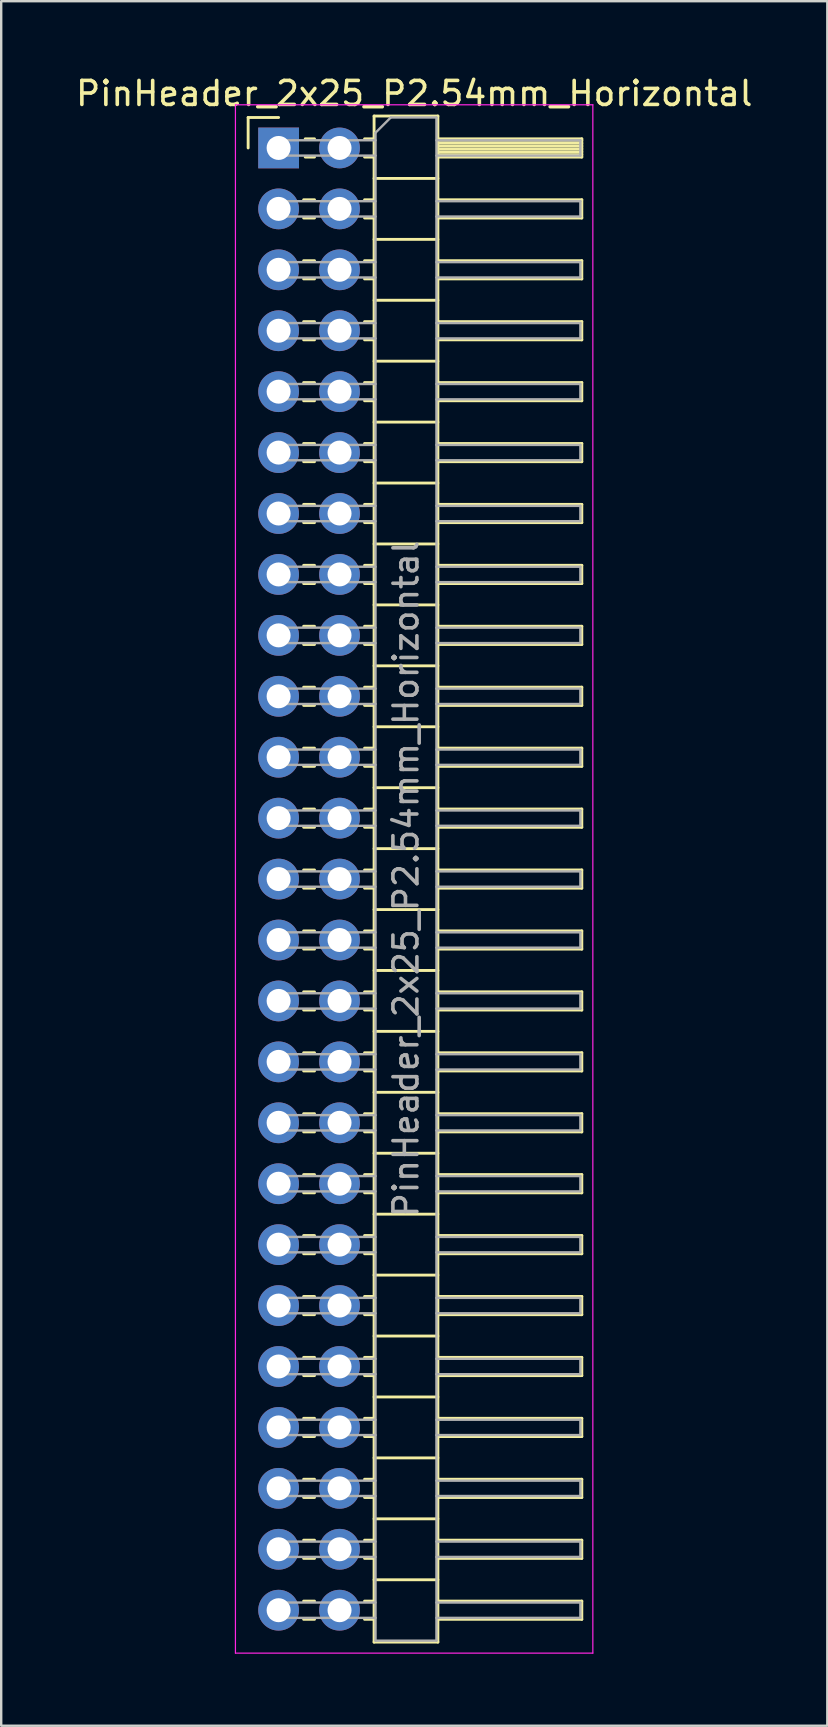
<source format=kicad_pcb>
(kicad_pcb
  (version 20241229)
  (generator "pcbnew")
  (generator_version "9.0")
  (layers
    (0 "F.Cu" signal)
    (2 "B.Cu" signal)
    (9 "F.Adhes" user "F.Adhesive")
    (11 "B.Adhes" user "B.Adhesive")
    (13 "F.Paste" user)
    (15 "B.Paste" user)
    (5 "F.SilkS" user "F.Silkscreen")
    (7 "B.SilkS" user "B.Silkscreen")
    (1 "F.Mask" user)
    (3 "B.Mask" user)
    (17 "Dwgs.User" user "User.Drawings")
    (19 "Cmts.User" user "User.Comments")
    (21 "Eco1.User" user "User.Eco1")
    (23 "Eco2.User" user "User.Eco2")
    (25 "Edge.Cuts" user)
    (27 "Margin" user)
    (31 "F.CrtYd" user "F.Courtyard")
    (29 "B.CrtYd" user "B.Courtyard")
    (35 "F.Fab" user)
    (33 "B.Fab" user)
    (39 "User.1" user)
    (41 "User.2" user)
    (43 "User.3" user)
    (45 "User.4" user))
  (footprint "PinHeader_2x25_P2.54mm_Horizontal"
    (layer "F.Cu")
    (at 8.565 3.118)
    (property "Reference" "PinHeader_2x25_P2.54mm_Horizontal" (at 5.655 -2.27 0) (layer "F.SilkS") (effects (font (size 1 1) (thickness 0.15))))
    (attr through_hole)
    (fp_line (start -1.27 -1.27) (end 0 -1.27) (stroke (width 0.12) (type solid)) (layer "F.SilkS"))
    (fp_line (start -1.27 0) (end -1.27 -1.27) (stroke (width 0.12) (type solid)) (layer "F.SilkS"))
    (fp_line (start 1.043 2.16) (end 1.497 2.16) (stroke (width 0.12) (type solid)) (layer "F.SilkS"))
    (fp_line (start 1.043 2.92) (end 1.497 2.92) (stroke (width 0.12) (type solid)) (layer "F.SilkS"))
    (fp_line (start 1.043 4.7) (end 1.497 4.7) (stroke (width 0.12) (type solid)) (layer "F.SilkS"))
    (fp_line (start 1.043 5.46) (end 1.497 5.46) (stroke (width 0.12) (type solid)) (layer "F.SilkS"))
    (fp_line (start 1.043 7.24) (end 1.497 7.24) (stroke (width 0.12) (type solid)) (layer "F.SilkS"))
    (fp_line (start 1.043 8) (end 1.497 8) (stroke (width 0.12) (type solid)) (layer "F.SilkS"))
    (fp_line (start 1.043 9.78) (end 1.497 9.78) (stroke (width 0.12) (type solid)) (layer "F.SilkS"))
    (fp_line (start 1.043 10.54) (end 1.497 10.54) (stroke (width 0.12) (type solid)) (layer "F.SilkS"))
    (fp_line (start 1.043 12.32) (end 1.497 12.32) (stroke (width 0.12) (type solid)) (layer "F.SilkS"))
    (fp_line (start 1.043 13.08) (end 1.497 13.08) (stroke (width 0.12) (type solid)) (layer "F.SilkS"))
    (fp_line (start 1.043 14.86) (end 1.497 14.86) (stroke (width 0.12) (type solid)) (layer "F.SilkS"))
    (fp_line (start 1.043 15.62) (end 1.497 15.62) (stroke (width 0.12) (type solid)) (layer "F.SilkS"))
    (fp_line (start 1.043 17.4) (end 1.497 17.4) (stroke (width 0.12) (type solid)) (layer "F.SilkS"))
    (fp_line (start 1.043 18.16) (end 1.497 18.16) (stroke (width 0.12) (type solid)) (layer "F.SilkS"))
    (fp_line (start 1.043 19.94) (end 1.497 19.94) (stroke (width 0.12) (type solid)) (layer "F.SilkS"))
    (fp_line (start 1.043 20.7) (end 1.497 20.7) (stroke (width 0.12) (type solid)) (layer "F.SilkS"))
    (fp_line (start 1.043 22.48) (end 1.497 22.48) (stroke (width 0.12) (type solid)) (layer "F.SilkS"))
    (fp_line (start 1.043 23.24) (end 1.497 23.24) (stroke (width 0.12) (type solid)) (layer "F.SilkS"))
    (fp_line (start 1.043 25.02) (end 1.497 25.02) (stroke (width 0.12) (type solid)) (layer "F.SilkS"))
    (fp_line (start 1.043 25.78) (end 1.497 25.78) (stroke (width 0.12) (type solid)) (layer "F.SilkS"))
    (fp_line (start 1.043 27.56) (end 1.497 27.56) (stroke (width 0.12) (type solid)) (layer "F.SilkS"))
    (fp_line (start 1.043 28.32) (end 1.497 28.32) (stroke (width 0.12) (type solid)) (layer "F.SilkS"))
    (fp_line (start 1.043 30.1) (end 1.497 30.1) (stroke (width 0.12) (type solid)) (layer "F.SilkS"))
    (fp_line (start 1.043 30.86) (end 1.497 30.86) (stroke (width 0.12) (type solid)) (layer "F.SilkS"))
    (fp_line (start 1.043 32.64) (end 1.497 32.64) (stroke (width 0.12) (type solid)) (layer "F.SilkS"))
    (fp_line (start 1.043 33.4) (end 1.497 33.4) (stroke (width 0.12) (type solid)) (layer "F.SilkS"))
    (fp_line (start 1.043 35.18) (end 1.497 35.18) (stroke (width 0.12) (type solid)) (layer "F.SilkS"))
    (fp_line (start 1.043 35.94) (end 1.497 35.94) (stroke (width 0.12) (type solid)) (layer "F.SilkS"))
    (fp_line (start 1.043 37.72) (end 1.497 37.72) (stroke (width 0.12) (type solid)) (layer "F.SilkS"))
    (fp_line (start 1.043 38.48) (end 1.497 38.48) (stroke (width 0.12) (type solid)) (layer "F.SilkS"))
    (fp_line (start 1.043 40.26) (end 1.497 40.26) (stroke (width 0.12) (type solid)) (layer "F.SilkS"))
    (fp_line (start 1.043 41.02) (end 1.497 41.02) (stroke (width 0.12) (type solid)) (layer "F.SilkS"))
    (fp_line (start 1.043 42.8) (end 1.497 42.8) (stroke (width 0.12) (type solid)) (layer "F.SilkS"))
    (fp_line (start 1.043 43.56) (end 1.497 43.56) (stroke (width 0.12) (type solid)) (layer "F.SilkS"))
    (fp_line (start 1.043 45.34) (end 1.497 45.34) (stroke (width 0.12) (type solid)) (layer "F.SilkS"))
    (fp_line (start 1.043 46.1) (end 1.497 46.1) (stroke (width 0.12) (type solid)) (layer "F.SilkS"))
    (fp_line (start 1.043 47.88) (end 1.497 47.88) (stroke (width 0.12) (type solid)) (layer "F.SilkS"))
    (fp_line (start 1.043 48.64) (end 1.497 48.64) (stroke (width 0.12) (type solid)) (layer "F.SilkS"))
    (fp_line (start 1.043 50.42) (end 1.497 50.42) (stroke (width 0.12) (type solid)) (layer "F.SilkS"))
    (fp_line (start 1.043 51.18) (end 1.497 51.18) (stroke (width 0.12) (type solid)) (layer "F.SilkS"))
    (fp_line (start 1.043 52.96) (end 1.497 52.96) (stroke (width 0.12) (type solid)) (layer "F.SilkS"))
    (fp_line (start 1.043 53.72) (end 1.497 53.72) (stroke (width 0.12) (type solid)) (layer "F.SilkS"))
    (fp_line (start 1.043 55.5) (end 1.497 55.5) (stroke (width 0.12) (type solid)) (layer "F.SilkS"))
    (fp_line (start 1.043 56.26) (end 1.497 56.26) (stroke (width 0.12) (type solid)) (layer "F.SilkS"))
    (fp_line (start 1.043 58.04) (end 1.497 58.04) (stroke (width 0.12) (type solid)) (layer "F.SilkS"))
    (fp_line (start 1.043 58.8) (end 1.497 58.8) (stroke (width 0.12) (type solid)) (layer "F.SilkS"))
    (fp_line (start 1.043 60.58) (end 1.497 60.58) (stroke (width 0.12) (type solid)) (layer "F.SilkS"))
    (fp_line (start 1.043 61.34) (end 1.497 61.34) (stroke (width 0.12) (type solid)) (layer "F.SilkS"))
    (fp_line (start 1.11 -0.38) (end 1.497 -0.38) (stroke (width 0.12) (type solid)) (layer "F.SilkS"))
    (fp_line (start 1.11 0.38) (end 1.497 0.38) (stroke (width 0.12) (type solid)) (layer "F.SilkS"))
    (fp_line (start 3.583 -0.38) (end 3.98 -0.38) (stroke (width 0.12) (type solid)) (layer "F.SilkS"))
    (fp_line (start 3.583 0.38) (end 3.98 0.38) (stroke (width 0.12) (type solid)) (layer "F.SilkS"))
    (fp_line (start 3.583 2.16) (end 3.98 2.16) (stroke (width 0.12) (type solid)) (layer "F.SilkS"))
    (fp_line (start 3.583 2.92) (end 3.98 2.92) (stroke (width 0.12) (type solid)) (layer "F.SilkS"))
    (fp_line (start 3.583 4.7) (end 3.98 4.7) (stroke (width 0.12) (type solid)) (layer "F.SilkS"))
    (fp_line (start 3.583 5.46) (end 3.98 5.46) (stroke (width 0.12) (type solid)) (layer "F.SilkS"))
    (fp_line (start 3.583 7.24) (end 3.98 7.24) (stroke (width 0.12) (type solid)) (layer "F.SilkS"))
    (fp_line (start 3.583 8) (end 3.98 8) (stroke (width 0.12) (type solid)) (layer "F.SilkS"))
    (fp_line (start 3.583 9.78) (end 3.98 9.78) (stroke (width 0.12) (type solid)) (layer "F.SilkS"))
    (fp_line (start 3.583 10.54) (end 3.98 10.54) (stroke (width 0.12) (type solid)) (layer "F.SilkS"))
    (fp_line (start 3.583 12.32) (end 3.98 12.32) (stroke (width 0.12) (type solid)) (layer "F.SilkS"))
    (fp_line (start 3.583 13.08) (end 3.98 13.08) (stroke (width 0.12) (type solid)) (layer "F.SilkS"))
    (fp_line (start 3.583 14.86) (end 3.98 14.86) (stroke (width 0.12) (type solid)) (layer "F.SilkS"))
    (fp_line (start 3.583 15.62) (end 3.98 15.62) (stroke (width 0.12) (type solid)) (layer "F.SilkS"))
    (fp_line (start 3.583 17.4) (end 3.98 17.4) (stroke (width 0.12) (type solid)) (layer "F.SilkS"))
    (fp_line (start 3.583 18.16) (end 3.98 18.16) (stroke (width 0.12) (type solid)) (layer "F.SilkS"))
    (fp_line (start 3.583 19.94) (end 3.98 19.94) (stroke (width 0.12) (type solid)) (layer "F.SilkS"))
    (fp_line (start 3.583 20.7) (end 3.98 20.7) (stroke (width 0.12) (type solid)) (layer "F.SilkS"))
    (fp_line (start 3.583 22.48) (end 3.98 22.48) (stroke (width 0.12) (type solid)) (layer "F.SilkS"))
    (fp_line (start 3.583 23.24) (end 3.98 23.24) (stroke (width 0.12) (type solid)) (layer "F.SilkS"))
    (fp_line (start 3.583 25.02) (end 3.98 25.02) (stroke (width 0.12) (type solid)) (layer "F.SilkS"))
    (fp_line (start 3.583 25.78) (end 3.98 25.78) (stroke (width 0.12) (type solid)) (layer "F.SilkS"))
    (fp_line (start 3.583 27.56) (end 3.98 27.56) (stroke (width 0.12) (type solid)) (layer "F.SilkS"))
    (fp_line (start 3.583 28.32) (end 3.98 28.32) (stroke (width 0.12) (type solid)) (layer "F.SilkS"))
    (fp_line (start 3.583 30.1) (end 3.98 30.1) (stroke (width 0.12) (type solid)) (layer "F.SilkS"))
    (fp_line (start 3.583 30.86) (end 3.98 30.86) (stroke (width 0.12) (type solid)) (layer "F.SilkS"))
    (fp_line (start 3.583 32.64) (end 3.98 32.64) (stroke (width 0.12) (type solid)) (layer "F.SilkS"))
    (fp_line (start 3.583 33.4) (end 3.98 33.4) (stroke (width 0.12) (type solid)) (layer "F.SilkS"))
    (fp_line (start 3.583 35.18) (end 3.98 35.18) (stroke (width 0.12) (type solid)) (layer "F.SilkS"))
    (fp_line (start 3.583 35.94) (end 3.98 35.94) (stroke (width 0.12) (type solid)) (layer "F.SilkS"))
    (fp_line (start 3.583 37.72) (end 3.98 37.72) (stroke (width 0.12) (type solid)) (layer "F.SilkS"))
    (fp_line (start 3.583 38.48) (end 3.98 38.48) (stroke (width 0.12) (type solid)) (layer "F.SilkS"))
    (fp_line (start 3.583 40.26) (end 3.98 40.26) (stroke (width 0.12) (type solid)) (layer "F.SilkS"))
    (fp_line (start 3.583 41.02) (end 3.98 41.02) (stroke (width 0.12) (type solid)) (layer "F.SilkS"))
    (fp_line (start 3.583 42.8) (end 3.98 42.8) (stroke (width 0.12) (type solid)) (layer "F.SilkS"))
    (fp_line (start 3.583 43.56) (end 3.98 43.56) (stroke (width 0.12) (type solid)) (layer "F.SilkS"))
    (fp_line (start 3.583 45.34) (end 3.98 45.34) (stroke (width 0.12) (type solid)) (layer "F.SilkS"))
    (fp_line (start 3.583 46.1) (end 3.98 46.1) (stroke (width 0.12) (type solid)) (layer "F.SilkS"))
    (fp_line (start 3.583 47.88) (end 3.98 47.88) (stroke (width 0.12) (type solid)) (layer "F.SilkS"))
    (fp_line (start 3.583 48.64) (end 3.98 48.64) (stroke (width 0.12) (type solid)) (layer "F.SilkS"))
    (fp_line (start 3.583 50.42) (end 3.98 50.42) (stroke (width 0.12) (type solid)) (layer "F.SilkS"))
    (fp_line (start 3.583 51.18) (end 3.98 51.18) (stroke (width 0.12) (type solid)) (layer "F.SilkS"))
    (fp_line (start 3.583 52.96) (end 3.98 52.96) (stroke (width 0.12) (type solid)) (layer "F.SilkS"))
    (fp_line (start 3.583 53.72) (end 3.98 53.72) (stroke (width 0.12) (type solid)) (layer "F.SilkS"))
    (fp_line (start 3.583 55.5) (end 3.98 55.5) (stroke (width 0.12) (type solid)) (layer "F.SilkS"))
    (fp_line (start 3.583 56.26) (end 3.98 56.26) (stroke (width 0.12) (type solid)) (layer "F.SilkS"))
    (fp_line (start 3.583 58.04) (end 3.98 58.04) (stroke (width 0.12) (type solid)) (layer "F.SilkS"))
    (fp_line (start 3.583 58.8) (end 3.98 58.8) (stroke (width 0.12) (type solid)) (layer "F.SilkS"))
    (fp_line (start 3.583 60.58) (end 3.98 60.58) (stroke (width 0.12) (type solid)) (layer "F.SilkS"))
    (fp_line (start 3.583 61.34) (end 3.98 61.34) (stroke (width 0.12) (type solid)) (layer "F.SilkS"))
    (fp_line (start 3.98 -1.33) (end 3.98 62.29) (stroke (width 0.12) (type solid)) (layer "F.SilkS"))
    (fp_line (start 3.98 1.27) (end 6.64 1.27) (stroke (width 0.12) (type solid)) (layer "F.SilkS"))
    (fp_line (start 3.98 3.81) (end 6.64 3.81) (stroke (width 0.12) (type solid)) (layer "F.SilkS"))
    (fp_line (start 3.98 6.35) (end 6.64 6.35) (stroke (width 0.12) (type solid)) (layer "F.SilkS"))
    (fp_line (start 3.98 8.89) (end 6.64 8.89) (stroke (width 0.12) (type solid)) (layer "F.SilkS"))
    (fp_line (start 3.98 11.43) (end 6.64 11.43) (stroke (width 0.12) (type solid)) (layer "F.SilkS"))
    (fp_line (start 3.98 13.97) (end 6.64 13.97) (stroke (width 0.12) (type solid)) (layer "F.SilkS"))
    (fp_line (start 3.98 16.51) (end 6.64 16.51) (stroke (width 0.12) (type solid)) (layer "F.SilkS"))
    (fp_line (start 3.98 19.05) (end 6.64 19.05) (stroke (width 0.12) (type solid)) (layer "F.SilkS"))
    (fp_line (start 3.98 21.59) (end 6.64 21.59) (stroke (width 0.12) (type solid)) (layer "F.SilkS"))
    (fp_line (start 3.98 24.13) (end 6.64 24.13) (stroke (width 0.12) (type solid)) (layer "F.SilkS"))
    (fp_line (start 3.98 26.67) (end 6.64 26.67) (stroke (width 0.12) (type solid)) (layer "F.SilkS"))
    (fp_line (start 3.98 29.21) (end 6.64 29.21) (stroke (width 0.12) (type solid)) (layer "F.SilkS"))
    (fp_line (start 3.98 31.75) (end 6.64 31.75) (stroke (width 0.12) (type solid)) (layer "F.SilkS"))
    (fp_line (start 3.98 34.29) (end 6.64 34.29) (stroke (width 0.12) (type solid)) (layer "F.SilkS"))
    (fp_line (start 3.98 36.83) (end 6.64 36.83) (stroke (width 0.12) (type solid)) (layer "F.SilkS"))
    (fp_line (start 3.98 39.37) (end 6.64 39.37) (stroke (width 0.12) (type solid)) (layer "F.SilkS"))
    (fp_line (start 3.98 41.91) (end 6.64 41.91) (stroke (width 0.12) (type solid)) (layer "F.SilkS"))
    (fp_line (start 3.98 44.45) (end 6.64 44.45) (stroke (width 0.12) (type solid)) (layer "F.SilkS"))
    (fp_line (start 3.98 46.99) (end 6.64 46.99) (stroke (width 0.12) (type solid)) (layer "F.SilkS"))
    (fp_line (start 3.98 49.53) (end 6.64 49.53) (stroke (width 0.12) (type solid)) (layer "F.SilkS"))
    (fp_line (start 3.98 52.07) (end 6.64 52.07) (stroke (width 0.12) (type solid)) (layer "F.SilkS"))
    (fp_line (start 3.98 54.61) (end 6.64 54.61) (stroke (width 0.12) (type solid)) (layer "F.SilkS"))
    (fp_line (start 3.98 57.15) (end 6.64 57.15) (stroke (width 0.12) (type solid)) (layer "F.SilkS"))
    (fp_line (start 3.98 59.69) (end 6.64 59.69) (stroke (width 0.12) (type solid)) (layer "F.SilkS"))
    (fp_line (start 3.98 62.29) (end 6.64 62.29) (stroke (width 0.12) (type solid)) (layer "F.SilkS"))
    (fp_line (start 6.64 -1.33) (end 3.98 -1.33) (stroke (width 0.12) (type solid)) (layer "F.SilkS"))
    (fp_line (start 6.64 -0.38) (end 12.64 -0.38) (stroke (width 0.12) (type solid)) (layer "F.SilkS"))
    (fp_line (start 6.64 -0.32) (end 12.64 -0.32) (stroke (width 0.12) (type solid)) (layer "F.SilkS"))
    (fp_line (start 6.64 -0.2) (end 12.64 -0.2) (stroke (width 0.12) (type solid)) (layer "F.SilkS"))
    (fp_line (start 6.64 -0.08) (end 12.64 -0.08) (stroke (width 0.12) (type solid)) (layer "F.SilkS"))
    (fp_line (start 6.64 0.04) (end 12.64 0.04) (stroke (width 0.12) (type solid)) (layer "F.SilkS"))
    (fp_line (start 6.64 0.16) (end 12.64 0.16) (stroke (width 0.12) (type solid)) (layer "F.SilkS"))
    (fp_line (start 6.64 0.28) (end 12.64 0.28) (stroke (width 0.12) (type solid)) (layer "F.SilkS"))
    (fp_line (start 6.64 2.16) (end 12.64 2.16) (stroke (width 0.12) (type solid)) (layer "F.SilkS"))
    (fp_line (start 6.64 4.7) (end 12.64 4.7) (stroke (width 0.12) (type solid)) (layer "F.SilkS"))
    (fp_line (start 6.64 7.24) (end 12.64 7.24) (stroke (width 0.12) (type solid)) (layer "F.SilkS"))
    (fp_line (start 6.64 9.78) (end 12.64 9.78) (stroke (width 0.12) (type solid)) (layer "F.SilkS"))
    (fp_line (start 6.64 12.32) (end 12.64 12.32) (stroke (width 0.12) (type solid)) (layer "F.SilkS"))
    (fp_line (start 6.64 14.86) (end 12.64 14.86) (stroke (width 0.12) (type solid)) (layer "F.SilkS"))
    (fp_line (start 6.64 17.4) (end 12.64 17.4) (stroke (width 0.12) (type solid)) (layer "F.SilkS"))
    (fp_line (start 6.64 19.94) (end 12.64 19.94) (stroke (width 0.12) (type solid)) (layer "F.SilkS"))
    (fp_line (start 6.64 22.48) (end 12.64 22.48) (stroke (width 0.12) (type solid)) (layer "F.SilkS"))
    (fp_line (start 6.64 25.02) (end 12.64 25.02) (stroke (width 0.12) (type solid)) (layer "F.SilkS"))
    (fp_line (start 6.64 27.56) (end 12.64 27.56) (stroke (width 0.12) (type solid)) (layer "F.SilkS"))
    (fp_line (start 6.64 30.1) (end 12.64 30.1) (stroke (width 0.12) (type solid)) (layer "F.SilkS"))
    (fp_line (start 6.64 32.64) (end 12.64 32.64) (stroke (width 0.12) (type solid)) (layer "F.SilkS"))
    (fp_line (start 6.64 35.18) (end 12.64 35.18) (stroke (width 0.12) (type solid)) (layer "F.SilkS"))
    (fp_line (start 6.64 37.72) (end 12.64 37.72) (stroke (width 0.12) (type solid)) (layer "F.SilkS"))
    (fp_line (start 6.64 40.26) (end 12.64 40.26) (stroke (width 0.12) (type solid)) (layer "F.SilkS"))
    (fp_line (start 6.64 42.8) (end 12.64 42.8) (stroke (width 0.12) (type solid)) (layer "F.SilkS"))
    (fp_line (start 6.64 45.34) (end 12.64 45.34) (stroke (width 0.12) (type solid)) (layer "F.SilkS"))
    (fp_line (start 6.64 47.88) (end 12.64 47.88) (stroke (width 0.12) (type solid)) (layer "F.SilkS"))
    (fp_line (start 6.64 50.42) (end 12.64 50.42) (stroke (width 0.12) (type solid)) (layer "F.SilkS"))
    (fp_line (start 6.64 52.96) (end 12.64 52.96) (stroke (width 0.12) (type solid)) (layer "F.SilkS"))
    (fp_line (start 6.64 55.5) (end 12.64 55.5) (stroke (width 0.12) (type solid)) (layer "F.SilkS"))
    (fp_line (start 6.64 58.04) (end 12.64 58.04) (stroke (width 0.12) (type solid)) (layer "F.SilkS"))
    (fp_line (start 6.64 60.58) (end 12.64 60.58) (stroke (width 0.12) (type solid)) (layer "F.SilkS"))
    (fp_line (start 6.64 62.29) (end 6.64 -1.33) (stroke (width 0.12) (type solid)) (layer "F.SilkS"))
    (fp_line (start 12.64 -0.38) (end 12.64 0.38) (stroke (width 0.12) (type solid)) (layer "F.SilkS"))
    (fp_line (start 12.64 0.38) (end 6.64 0.38) (stroke (width 0.12) (type solid)) (layer "F.SilkS"))
    (fp_line (start 12.64 2.16) (end 12.64 2.92) (stroke (width 0.12) (type solid)) (layer "F.SilkS"))
    (fp_line (start 12.64 2.92) (end 6.64 2.92) (stroke (width 0.12) (type solid)) (layer "F.SilkS"))
    (fp_line (start 12.64 4.7) (end 12.64 5.46) (stroke (width 0.12) (type solid)) (layer "F.SilkS"))
    (fp_line (start 12.64 5.46) (end 6.64 5.46) (stroke (width 0.12) (type solid)) (layer "F.SilkS"))
    (fp_line (start 12.64 7.24) (end 12.64 8) (stroke (width 0.12) (type solid)) (layer "F.SilkS"))
    (fp_line (start 12.64 8) (end 6.64 8) (stroke (width 0.12) (type solid)) (layer "F.SilkS"))
    (fp_line (start 12.64 9.78) (end 12.64 10.54) (stroke (width 0.12) (type solid)) (layer "F.SilkS"))
    (fp_line (start 12.64 10.54) (end 6.64 10.54) (stroke (width 0.12) (type solid)) (layer "F.SilkS"))
    (fp_line (start 12.64 12.32) (end 12.64 13.08) (stroke (width 0.12) (type solid)) (layer "F.SilkS"))
    (fp_line (start 12.64 13.08) (end 6.64 13.08) (stroke (width 0.12) (type solid)) (layer "F.SilkS"))
    (fp_line (start 12.64 14.86) (end 12.64 15.62) (stroke (width 0.12) (type solid)) (layer "F.SilkS"))
    (fp_line (start 12.64 15.62) (end 6.64 15.62) (stroke (width 0.12) (type solid)) (layer "F.SilkS"))
    (fp_line (start 12.64 17.4) (end 12.64 18.16) (stroke (width 0.12) (type solid)) (layer "F.SilkS"))
    (fp_line (start 12.64 18.16) (end 6.64 18.16) (stroke (width 0.12) (type solid)) (layer "F.SilkS"))
    (fp_line (start 12.64 19.94) (end 12.64 20.7) (stroke (width 0.12) (type solid)) (layer "F.SilkS"))
    (fp_line (start 12.64 20.7) (end 6.64 20.7) (stroke (width 0.12) (type solid)) (layer "F.SilkS"))
    (fp_line (start 12.64 22.48) (end 12.64 23.24) (stroke (width 0.12) (type solid)) (layer "F.SilkS"))
    (fp_line (start 12.64 23.24) (end 6.64 23.24) (stroke (width 0.12) (type solid)) (layer "F.SilkS"))
    (fp_line (start 12.64 25.02) (end 12.64 25.78) (stroke (width 0.12) (type solid)) (layer "F.SilkS"))
    (fp_line (start 12.64 25.78) (end 6.64 25.78) (stroke (width 0.12) (type solid)) (layer "F.SilkS"))
    (fp_line (start 12.64 27.56) (end 12.64 28.32) (stroke (width 0.12) (type solid)) (layer "F.SilkS"))
    (fp_line (start 12.64 28.32) (end 6.64 28.32) (stroke (width 0.12) (type solid)) (layer "F.SilkS"))
    (fp_line (start 12.64 30.1) (end 12.64 30.86) (stroke (width 0.12) (type solid)) (layer "F.SilkS"))
    (fp_line (start 12.64 30.86) (end 6.64 30.86) (stroke (width 0.12) (type solid)) (layer "F.SilkS"))
    (fp_line (start 12.64 32.64) (end 12.64 33.4) (stroke (width 0.12) (type solid)) (layer "F.SilkS"))
    (fp_line (start 12.64 33.4) (end 6.64 33.4) (stroke (width 0.12) (type solid)) (layer "F.SilkS"))
    (fp_line (start 12.64 35.18) (end 12.64 35.94) (stroke (width 0.12) (type solid)) (layer "F.SilkS"))
    (fp_line (start 12.64 35.94) (end 6.64 35.94) (stroke (width 0.12) (type solid)) (layer "F.SilkS"))
    (fp_line (start 12.64 37.72) (end 12.64 38.48) (stroke (width 0.12) (type solid)) (layer "F.SilkS"))
    (fp_line (start 12.64 38.48) (end 6.64 38.48) (stroke (width 0.12) (type solid)) (layer "F.SilkS"))
    (fp_line (start 12.64 40.26) (end 12.64 41.02) (stroke (width 0.12) (type solid)) (layer "F.SilkS"))
    (fp_line (start 12.64 41.02) (end 6.64 41.02) (stroke (width 0.12) (type solid)) (layer "F.SilkS"))
    (fp_line (start 12.64 42.8) (end 12.64 43.56) (stroke (width 0.12) (type solid)) (layer "F.SilkS"))
    (fp_line (start 12.64 43.56) (end 6.64 43.56) (stroke (width 0.12) (type solid)) (layer "F.SilkS"))
    (fp_line (start 12.64 45.34) (end 12.64 46.1) (stroke (width 0.12) (type solid)) (layer "F.SilkS"))
    (fp_line (start 12.64 46.1) (end 6.64 46.1) (stroke (width 0.12) (type solid)) (layer "F.SilkS"))
    (fp_line (start 12.64 47.88) (end 12.64 48.64) (stroke (width 0.12) (type solid)) (layer "F.SilkS"))
    (fp_line (start 12.64 48.64) (end 6.64 48.64) (stroke (width 0.12) (type solid)) (layer "F.SilkS"))
    (fp_line (start 12.64 50.42) (end 12.64 51.18) (stroke (width 0.12) (type solid)) (layer "F.SilkS"))
    (fp_line (start 12.64 51.18) (end 6.64 51.18) (stroke (width 0.12) (type solid)) (layer "F.SilkS"))
    (fp_line (start 12.64 52.96) (end 12.64 53.72) (stroke (width 0.12) (type solid)) (layer "F.SilkS"))
    (fp_line (start 12.64 53.72) (end 6.64 53.72) (stroke (width 0.12) (type solid)) (layer "F.SilkS"))
    (fp_line (start 12.64 55.5) (end 12.64 56.26) (stroke (width 0.12) (type solid)) (layer "F.SilkS"))
    (fp_line (start 12.64 56.26) (end 6.64 56.26) (stroke (width 0.12) (type solid)) (layer "F.SilkS"))
    (fp_line (start 12.64 58.04) (end 12.64 58.8) (stroke (width 0.12) (type solid)) (layer "F.SilkS"))
    (fp_line (start 12.64 58.8) (end 6.64 58.8) (stroke (width 0.12) (type solid)) (layer "F.SilkS"))
    (fp_line (start 12.64 60.58) (end 12.64 61.34) (stroke (width 0.12) (type solid)) (layer "F.SilkS"))
    (fp_line (start 12.64 61.34) (end 6.64 61.34) (stroke (width 0.12) (type solid)) (layer "F.SilkS"))
    (fp_line (start -1.8 -1.8) (end -1.8 62.75) (stroke (width 0.05) (type solid)) (layer "F.CrtYd"))
    (fp_line (start -1.8 62.75) (end 13.1 62.75) (stroke (width 0.05) (type solid)) (layer "F.CrtYd"))
    (fp_line (start 13.1 -1.8) (end -1.8 -1.8) (stroke (width 0.05) (type solid)) (layer "F.CrtYd"))
    (fp_line (start 13.1 62.75) (end 13.1 -1.8) (stroke (width 0.05) (type solid)) (layer "F.CrtYd"))
    (fp_line (start -0.32 -0.32) (end -0.32 0.32) (stroke (width 0.1) (type solid)) (layer "F.Fab"))
    (fp_line (start -0.32 -0.32) (end 4.04 -0.32) (stroke (width 0.1) (type solid)) (layer "F.Fab"))
    (fp_line (start -0.32 0.32) (end 4.04 0.32) (stroke (width 0.1) (type solid)) (layer "F.Fab"))
    (fp_line (start -0.32 2.22) (end -0.32 2.86) (stroke (width 0.1) (type solid)) (layer "F.Fab"))
    (fp_line (start -0.32 2.22) (end 4.04 2.22) (stroke (width 0.1) (type solid)) (layer "F.Fab"))
    (fp_line (start -0.32 2.86) (end 4.04 2.86) (stroke (width 0.1) (type solid)) (layer "F.Fab"))
    (fp_line (start -0.32 4.76) (end -0.32 5.4) (stroke (width 0.1) (type solid)) (layer "F.Fab"))
    (fp_line (start -0.32 4.76) (end 4.04 4.76) (stroke (width 0.1) (type solid)) (layer "F.Fab"))
    (fp_line (start -0.32 5.4) (end 4.04 5.4) (stroke (width 0.1) (type solid)) (layer "F.Fab"))
    (fp_line (start -0.32 7.3) (end -0.32 7.94) (stroke (width 0.1) (type solid)) (layer "F.Fab"))
    (fp_line (start -0.32 7.3) (end 4.04 7.3) (stroke (width 0.1) (type solid)) (layer "F.Fab"))
    (fp_line (start -0.32 7.94) (end 4.04 7.94) (stroke (width 0.1) (type solid)) (layer "F.Fab"))
    (fp_line (start -0.32 9.84) (end -0.32 10.48) (stroke (width 0.1) (type solid)) (layer "F.Fab"))
    (fp_line (start -0.32 9.84) (end 4.04 9.84) (stroke (width 0.1) (type solid)) (layer "F.Fab"))
    (fp_line (start -0.32 10.48) (end 4.04 10.48) (stroke (width 0.1) (type solid)) (layer "F.Fab"))
    (fp_line (start -0.32 12.38) (end -0.32 13.02) (stroke (width 0.1) (type solid)) (layer "F.Fab"))
    (fp_line (start -0.32 12.38) (end 4.04 12.38) (stroke (width 0.1) (type solid)) (layer "F.Fab"))
    (fp_line (start -0.32 13.02) (end 4.04 13.02) (stroke (width 0.1) (type solid)) (layer "F.Fab"))
    (fp_line (start -0.32 14.92) (end -0.32 15.56) (stroke (width 0.1) (type solid)) (layer "F.Fab"))
    (fp_line (start -0.32 14.92) (end 4.04 14.92) (stroke (width 0.1) (type solid)) (layer "F.Fab"))
    (fp_line (start -0.32 15.56) (end 4.04 15.56) (stroke (width 0.1) (type solid)) (layer "F.Fab"))
    (fp_line (start -0.32 17.46) (end -0.32 18.1) (stroke (width 0.1) (type solid)) (layer "F.Fab"))
    (fp_line (start -0.32 17.46) (end 4.04 17.46) (stroke (width 0.1) (type solid)) (layer "F.Fab"))
    (fp_line (start -0.32 18.1) (end 4.04 18.1) (stroke (width 0.1) (type solid)) (layer "F.Fab"))
    (fp_line (start -0.32 20) (end -0.32 20.64) (stroke (width 0.1) (type solid)) (layer "F.Fab"))
    (fp_line (start -0.32 20) (end 4.04 20) (stroke (width 0.1) (type solid)) (layer "F.Fab"))
    (fp_line (start -0.32 20.64) (end 4.04 20.64) (stroke (width 0.1) (type solid)) (layer "F.Fab"))
    (fp_line (start -0.32 22.54) (end -0.32 23.18) (stroke (width 0.1) (type solid)) (layer "F.Fab"))
    (fp_line (start -0.32 22.54) (end 4.04 22.54) (stroke (width 0.1) (type solid)) (layer "F.Fab"))
    (fp_line (start -0.32 23.18) (end 4.04 23.18) (stroke (width 0.1) (type solid)) (layer "F.Fab"))
    (fp_line (start -0.32 25.08) (end -0.32 25.72) (stroke (width 0.1) (type solid)) (layer "F.Fab"))
    (fp_line (start -0.32 25.08) (end 4.04 25.08) (stroke (width 0.1) (type solid)) (layer "F.Fab"))
    (fp_line (start -0.32 25.72) (end 4.04 25.72) (stroke (width 0.1) (type solid)) (layer "F.Fab"))
    (fp_line (start -0.32 27.62) (end -0.32 28.26) (stroke (width 0.1) (type solid)) (layer "F.Fab"))
    (fp_line (start -0.32 27.62) (end 4.04 27.62) (stroke (width 0.1) (type solid)) (layer "F.Fab"))
    (fp_line (start -0.32 28.26) (end 4.04 28.26) (stroke (width 0.1) (type solid)) (layer "F.Fab"))
    (fp_line (start -0.32 30.16) (end -0.32 30.8) (stroke (width 0.1) (type solid)) (layer "F.Fab"))
    (fp_line (start -0.32 30.16) (end 4.04 30.16) (stroke (width 0.1) (type solid)) (layer "F.Fab"))
    (fp_line (start -0.32 30.8) (end 4.04 30.8) (stroke (width 0.1) (type solid)) (layer "F.Fab"))
    (fp_line (start -0.32 32.7) (end -0.32 33.34) (stroke (width 0.1) (type solid)) (layer "F.Fab"))
    (fp_line (start -0.32 32.7) (end 4.04 32.7) (stroke (width 0.1) (type solid)) (layer "F.Fab"))
    (fp_line (start -0.32 33.34) (end 4.04 33.34) (stroke (width 0.1) (type solid)) (layer "F.Fab"))
    (fp_line (start -0.32 35.24) (end -0.32 35.88) (stroke (width 0.1) (type solid)) (layer "F.Fab"))
    (fp_line (start -0.32 35.24) (end 4.04 35.24) (stroke (width 0.1) (type solid)) (layer "F.Fab"))
    (fp_line (start -0.32 35.88) (end 4.04 35.88) (stroke (width 0.1) (type solid)) (layer "F.Fab"))
    (fp_line (start -0.32 37.78) (end -0.32 38.42) (stroke (width 0.1) (type solid)) (layer "F.Fab"))
    (fp_line (start -0.32 37.78) (end 4.04 37.78) (stroke (width 0.1) (type solid)) (layer "F.Fab"))
    (fp_line (start -0.32 38.42) (end 4.04 38.42) (stroke (width 0.1) (type solid)) (layer "F.Fab"))
    (fp_line (start -0.32 40.32) (end -0.32 40.96) (stroke (width 0.1) (type solid)) (layer "F.Fab"))
    (fp_line (start -0.32 40.32) (end 4.04 40.32) (stroke (width 0.1) (type solid)) (layer "F.Fab"))
    (fp_line (start -0.32 40.96) (end 4.04 40.96) (stroke (width 0.1) (type solid)) (layer "F.Fab"))
    (fp_line (start -0.32 42.86) (end -0.32 43.5) (stroke (width 0.1) (type solid)) (layer "F.Fab"))
    (fp_line (start -0.32 42.86) (end 4.04 42.86) (stroke (width 0.1) (type solid)) (layer "F.Fab"))
    (fp_line (start -0.32 43.5) (end 4.04 43.5) (stroke (width 0.1) (type solid)) (layer "F.Fab"))
    (fp_line (start -0.32 45.4) (end -0.32 46.04) (stroke (width 0.1) (type solid)) (layer "F.Fab"))
    (fp_line (start -0.32 45.4) (end 4.04 45.4) (stroke (width 0.1) (type solid)) (layer "F.Fab"))
    (fp_line (start -0.32 46.04) (end 4.04 46.04) (stroke (width 0.1) (type solid)) (layer "F.Fab"))
    (fp_line (start -0.32 47.94) (end -0.32 48.58) (stroke (width 0.1) (type solid)) (layer "F.Fab"))
    (fp_line (start -0.32 47.94) (end 4.04 47.94) (stroke (width 0.1) (type solid)) (layer "F.Fab"))
    (fp_line (start -0.32 48.58) (end 4.04 48.58) (stroke (width 0.1) (type solid)) (layer "F.Fab"))
    (fp_line (start -0.32 50.48) (end -0.32 51.12) (stroke (width 0.1) (type solid)) (layer "F.Fab"))
    (fp_line (start -0.32 50.48) (end 4.04 50.48) (stroke (width 0.1) (type solid)) (layer "F.Fab"))
    (fp_line (start -0.32 51.12) (end 4.04 51.12) (stroke (width 0.1) (type solid)) (layer "F.Fab"))
    (fp_line (start -0.32 53.02) (end -0.32 53.66) (stroke (width 0.1) (type solid)) (layer "F.Fab"))
    (fp_line (start -0.32 53.02) (end 4.04 53.02) (stroke (width 0.1) (type solid)) (layer "F.Fab"))
    (fp_line (start -0.32 53.66) (end 4.04 53.66) (stroke (width 0.1) (type solid)) (layer "F.Fab"))
    (fp_line (start -0.32 55.56) (end -0.32 56.2) (stroke (width 0.1) (type solid)) (layer "F.Fab"))
    (fp_line (start -0.32 55.56) (end 4.04 55.56) (stroke (width 0.1) (type solid)) (layer "F.Fab"))
    (fp_line (start -0.32 56.2) (end 4.04 56.2) (stroke (width 0.1) (type solid)) (layer "F.Fab"))
    (fp_line (start -0.32 58.1) (end -0.32 58.74) (stroke (width 0.1) (type solid)) (layer "F.Fab"))
    (fp_line (start -0.32 58.1) (end 4.04 58.1) (stroke (width 0.1) (type solid)) (layer "F.Fab"))
    (fp_line (start -0.32 58.74) (end 4.04 58.74) (stroke (width 0.1) (type solid)) (layer "F.Fab"))
    (fp_line (start -0.32 60.64) (end -0.32 61.28) (stroke (width 0.1) (type solid)) (layer "F.Fab"))
    (fp_line (start -0.32 60.64) (end 4.04 60.64) (stroke (width 0.1) (type solid)) (layer "F.Fab"))
    (fp_line (start -0.32 61.28) (end 4.04 61.28) (stroke (width 0.1) (type solid)) (layer "F.Fab"))
    (fp_line (start 4.04 -0.635) (end 4.675 -1.27) (stroke (width 0.1) (type solid)) (layer "F.Fab"))
    (fp_line (start 4.04 62.23) (end 4.04 -0.635) (stroke (width 0.1) (type solid)) (layer "F.Fab"))
    (fp_line (start 4.675 -1.27) (end 6.58 -1.27) (stroke (width 0.1) (type solid)) (layer "F.Fab"))
    (fp_line (start 6.58 -1.27) (end 6.58 62.23) (stroke (width 0.1) (type solid)) (layer "F.Fab"))
    (fp_line (start 6.58 -0.32) (end 12.58 -0.32) (stroke (width 0.1) (type solid)) (layer "F.Fab"))
    (fp_line (start 6.58 0.32) (end 12.58 0.32) (stroke (width 0.1) (type solid)) (layer "F.Fab"))
    (fp_line (start 6.58 2.22) (end 12.58 2.22) (stroke (width 0.1) (type solid)) (layer "F.Fab"))
    (fp_line (start 6.58 2.86) (end 12.58 2.86) (stroke (width 0.1) (type solid)) (layer "F.Fab"))
    (fp_line (start 6.58 4.76) (end 12.58 4.76) (stroke (width 0.1) (type solid)) (layer "F.Fab"))
    (fp_line (start 6.58 5.4) (end 12.58 5.4) (stroke (width 0.1) (type solid)) (layer "F.Fab"))
    (fp_line (start 6.58 7.3) (end 12.58 7.3) (stroke (width 0.1) (type solid)) (layer "F.Fab"))
    (fp_line (start 6.58 7.94) (end 12.58 7.94) (stroke (width 0.1) (type solid)) (layer "F.Fab"))
    (fp_line (start 6.58 9.84) (end 12.58 9.84) (stroke (width 0.1) (type solid)) (layer "F.Fab"))
    (fp_line (start 6.58 10.48) (end 12.58 10.48) (stroke (width 0.1) (type solid)) (layer "F.Fab"))
    (fp_line (start 6.58 12.38) (end 12.58 12.38) (stroke (width 0.1) (type solid)) (layer "F.Fab"))
    (fp_line (start 6.58 13.02) (end 12.58 13.02) (stroke (width 0.1) (type solid)) (layer "F.Fab"))
    (fp_line (start 6.58 14.92) (end 12.58 14.92) (stroke (width 0.1) (type solid)) (layer "F.Fab"))
    (fp_line (start 6.58 15.56) (end 12.58 15.56) (stroke (width 0.1) (type solid)) (layer "F.Fab"))
    (fp_line (start 6.58 17.46) (end 12.58 17.46) (stroke (width 0.1) (type solid)) (layer "F.Fab"))
    (fp_line (start 6.58 18.1) (end 12.58 18.1) (stroke (width 0.1) (type solid)) (layer "F.Fab"))
    (fp_line (start 6.58 20) (end 12.58 20) (stroke (width 0.1) (type solid)) (layer "F.Fab"))
    (fp_line (start 6.58 20.64) (end 12.58 20.64) (stroke (width 0.1) (type solid)) (layer "F.Fab"))
    (fp_line (start 6.58 22.54) (end 12.58 22.54) (stroke (width 0.1) (type solid)) (layer "F.Fab"))
    (fp_line (start 6.58 23.18) (end 12.58 23.18) (stroke (width 0.1) (type solid)) (layer "F.Fab"))
    (fp_line (start 6.58 25.08) (end 12.58 25.08) (stroke (width 0.1) (type solid)) (layer "F.Fab"))
    (fp_line (start 6.58 25.72) (end 12.58 25.72) (stroke (width 0.1) (type solid)) (layer "F.Fab"))
    (fp_line (start 6.58 27.62) (end 12.58 27.62) (stroke (width 0.1) (type solid)) (layer "F.Fab"))
    (fp_line (start 6.58 28.26) (end 12.58 28.26) (stroke (width 0.1) (type solid)) (layer "F.Fab"))
    (fp_line (start 6.58 30.16) (end 12.58 30.16) (stroke (width 0.1) (type solid)) (layer "F.Fab"))
    (fp_line (start 6.58 30.8) (end 12.58 30.8) (stroke (width 0.1) (type solid)) (layer "F.Fab"))
    (fp_line (start 6.58 32.7) (end 12.58 32.7) (stroke (width 0.1) (type solid)) (layer "F.Fab"))
    (fp_line (start 6.58 33.34) (end 12.58 33.34) (stroke (width 0.1) (type solid)) (layer "F.Fab"))
    (fp_line (start 6.58 35.24) (end 12.58 35.24) (stroke (width 0.1) (type solid)) (layer "F.Fab"))
    (fp_line (start 6.58 35.88) (end 12.58 35.88) (stroke (width 0.1) (type solid)) (layer "F.Fab"))
    (fp_line (start 6.58 37.78) (end 12.58 37.78) (stroke (width 0.1) (type solid)) (layer "F.Fab"))
    (fp_line (start 6.58 38.42) (end 12.58 38.42) (stroke (width 0.1) (type solid)) (layer "F.Fab"))
    (fp_line (start 6.58 40.32) (end 12.58 40.32) (stroke (width 0.1) (type solid)) (layer "F.Fab"))
    (fp_line (start 6.58 40.96) (end 12.58 40.96) (stroke (width 0.1) (type solid)) (layer "F.Fab"))
    (fp_line (start 6.58 42.86) (end 12.58 42.86) (stroke (width 0.1) (type solid)) (layer "F.Fab"))
    (fp_line (start 6.58 43.5) (end 12.58 43.5) (stroke (width 0.1) (type solid)) (layer "F.Fab"))
    (fp_line (start 6.58 45.4) (end 12.58 45.4) (stroke (width 0.1) (type solid)) (layer "F.Fab"))
    (fp_line (start 6.58 46.04) (end 12.58 46.04) (stroke (width 0.1) (type solid)) (layer "F.Fab"))
    (fp_line (start 6.58 47.94) (end 12.58 47.94) (stroke (width 0.1) (type solid)) (layer "F.Fab"))
    (fp_line (start 6.58 48.58) (end 12.58 48.58) (stroke (width 0.1) (type solid)) (layer "F.Fab"))
    (fp_line (start 6.58 50.48) (end 12.58 50.48) (stroke (width 0.1) (type solid)) (layer "F.Fab"))
    (fp_line (start 6.58 51.12) (end 12.58 51.12) (stroke (width 0.1) (type solid)) (layer "F.Fab"))
    (fp_line (start 6.58 53.02) (end 12.58 53.02) (stroke (width 0.1) (type solid)) (layer "F.Fab"))
    (fp_line (start 6.58 53.66) (end 12.58 53.66) (stroke (width 0.1) (type solid)) (layer "F.Fab"))
    (fp_line (start 6.58 55.56) (end 12.58 55.56) (stroke (width 0.1) (type solid)) (layer "F.Fab"))
    (fp_line (start 6.58 56.2) (end 12.58 56.2) (stroke (width 0.1) (type solid)) (layer "F.Fab"))
    (fp_line (start 6.58 58.1) (end 12.58 58.1) (stroke (width 0.1) (type solid)) (layer "F.Fab"))
    (fp_line (start 6.58 58.74) (end 12.58 58.74) (stroke (width 0.1) (type solid)) (layer "F.Fab"))
    (fp_line (start 6.58 60.64) (end 12.58 60.64) (stroke (width 0.1) (type solid)) (layer "F.Fab"))
    (fp_line (start 6.58 61.28) (end 12.58 61.28) (stroke (width 0.1) (type solid)) (layer "F.Fab"))
    (fp_line (start 6.58 62.23) (end 4.04 62.23) (stroke (width 0.1) (type solid)) (layer "F.Fab"))
    (fp_line (start 12.58 -0.32) (end 12.58 0.32) (stroke (width 0.1) (type solid)) (layer "F.Fab"))
    (fp_line (start 12.58 2.22) (end 12.58 2.86) (stroke (width 0.1) (type solid)) (layer "F.Fab"))
    (fp_line (start 12.58 4.76) (end 12.58 5.4) (stroke (width 0.1) (type solid)) (layer "F.Fab"))
    (fp_line (start 12.58 7.3) (end 12.58 7.94) (stroke (width 0.1) (type solid)) (layer "F.Fab"))
    (fp_line (start 12.58 9.84) (end 12.58 10.48) (stroke (width 0.1) (type solid)) (layer "F.Fab"))
    (fp_line (start 12.58 12.38) (end 12.58 13.02) (stroke (width 0.1) (type solid)) (layer "F.Fab"))
    (fp_line (start 12.58 14.92) (end 12.58 15.56) (stroke (width 0.1) (type solid)) (layer "F.Fab"))
    (fp_line (start 12.58 17.46) (end 12.58 18.1) (stroke (width 0.1) (type solid)) (layer "F.Fab"))
    (fp_line (start 12.58 20) (end 12.58 20.64) (stroke (width 0.1) (type solid)) (layer "F.Fab"))
    (fp_line (start 12.58 22.54) (end 12.58 23.18) (stroke (width 0.1) (type solid)) (layer "F.Fab"))
    (fp_line (start 12.58 25.08) (end 12.58 25.72) (stroke (width 0.1) (type solid)) (layer "F.Fab"))
    (fp_line (start 12.58 27.62) (end 12.58 28.26) (stroke (width 0.1) (type solid)) (layer "F.Fab"))
    (fp_line (start 12.58 30.16) (end 12.58 30.8) (stroke (width 0.1) (type solid)) (layer "F.Fab"))
    (fp_line (start 12.58 32.7) (end 12.58 33.34) (stroke (width 0.1) (type solid)) (layer "F.Fab"))
    (fp_line (start 12.58 35.24) (end 12.58 35.88) (stroke (width 0.1) (type solid)) (layer "F.Fab"))
    (fp_line (start 12.58 37.78) (end 12.58 38.42) (stroke (width 0.1) (type solid)) (layer "F.Fab"))
    (fp_line (start 12.58 40.32) (end 12.58 40.96) (stroke (width 0.1) (type solid)) (layer "F.Fab"))
    (fp_line (start 12.58 42.86) (end 12.58 43.5) (stroke (width 0.1) (type solid)) (layer "F.Fab"))
    (fp_line (start 12.58 45.4) (end 12.58 46.04) (stroke (width 0.1) (type solid)) (layer "F.Fab"))
    (fp_line (start 12.58 47.94) (end 12.58 48.58) (stroke (width 0.1) (type solid)) (layer "F.Fab"))
    (fp_line (start 12.58 50.48) (end 12.58 51.12) (stroke (width 0.1) (type solid)) (layer "F.Fab"))
    (fp_line (start 12.58 53.02) (end 12.58 53.66) (stroke (width 0.1) (type solid)) (layer "F.Fab"))
    (fp_line (start 12.58 55.56) (end 12.58 56.2) (stroke (width 0.1) (type solid)) (layer "F.Fab"))
    (fp_line (start 12.58 58.1) (end 12.58 58.74) (stroke (width 0.1) (type solid)) (layer "F.Fab"))
    (fp_line (start 12.58 60.64) (end 12.58 61.28) (stroke (width 0.1) (type solid)) (layer "F.Fab"))
    (fp_text user "${REFERENCE}" (at 5.31 30.48 90) (layer "F.Fab") (effects (font (size 1 1) (thickness 0.15))))
    (pad "1" thru_hole rect (at 0 0) (size 1.7 1.7) (drill 1) (layers "*.Cu" "*.Mask"))
    (pad "2" thru_hole oval (at 0 2.54) (size 1.7 1.7) (drill 1) (layers "*.Cu" "*.Mask"))
    (pad "3" thru_hole oval (at 0 5.08) (size 1.7 1.7) (drill 1) (layers "*.Cu" "*.Mask"))
    (pad "4" thru_hole oval (at 0 7.62) (size 1.7 1.7) (drill 1) (layers "*.Cu" "*.Mask"))
    (pad "5" thru_hole oval (at 0 10.16) (size 1.7 1.7) (drill 1) (layers "*.Cu" "*.Mask"))
    (pad "6" thru_hole oval (at 0 12.7) (size 1.7 1.7) (drill 1) (layers "*.Cu" "*.Mask"))
    (pad "7" thru_hole oval (at 0 15.24) (size 1.7 1.7) (drill 1) (layers "*.Cu" "*.Mask"))
    (pad "8" thru_hole oval (at 0 17.78) (size 1.7 1.7) (drill 1) (layers "*.Cu" "*.Mask"))
    (pad "9" thru_hole oval (at 0 20.32) (size 1.7 1.7) (drill 1) (layers "*.Cu" "*.Mask"))
    (pad "10" thru_hole oval (at 0 22.86) (size 1.7 1.7) (drill 1) (layers "*.Cu" "*.Mask"))
    (pad "11" thru_hole oval (at 0 25.4) (size 1.7 1.7) (drill 1) (layers "*.Cu" "*.Mask"))
    (pad "12" thru_hole oval (at 0 27.94) (size 1.7 1.7) (drill 1) (layers "*.Cu" "*.Mask"))
    (pad "13" thru_hole oval (at 0 30.48) (size 1.7 1.7) (drill 1) (layers "*.Cu" "*.Mask"))
    (pad "14" thru_hole oval (at 0 33.02) (size 1.7 1.7) (drill 1) (layers "*.Cu" "*.Mask"))
    (pad "15" thru_hole oval (at 0 35.56) (size 1.7 1.7) (drill 1) (layers "*.Cu" "*.Mask"))
    (pad "16" thru_hole oval (at 0 38.1) (size 1.7 1.7) (drill 1) (layers "*.Cu" "*.Mask"))
    (pad "17" thru_hole oval (at 0 40.64) (size 1.7 1.7) (drill 1) (layers "*.Cu" "*.Mask"))
    (pad "18" thru_hole oval (at 0 43.18) (size 1.7 1.7) (drill 1) (layers "*.Cu" "*.Mask"))
    (pad "19" thru_hole oval (at 0 45.72) (size 1.7 1.7) (drill 1) (layers "*.Cu" "*.Mask"))
    (pad "20" thru_hole oval (at 0 48.26) (size 1.7 1.7) (drill 1) (layers "*.Cu" "*.Mask"))
    (pad "21" thru_hole oval (at 0 50.8) (size 1.7 1.7) (drill 1) (layers "*.Cu" "*.Mask"))
    (pad "22" thru_hole oval (at 0 53.34) (size 1.7 1.7) (drill 1) (layers "*.Cu" "*.Mask"))
    (pad "23" thru_hole oval (at 0 55.88) (size 1.7 1.7) (drill 1) (layers "*.Cu" "*.Mask"))
    (pad "24" thru_hole oval (at 0 58.42) (size 1.7 1.7) (drill 1) (layers "*.Cu" "*.Mask"))
    (pad "25" thru_hole oval (at 0 60.96) (size 1.7 1.7) (drill 1) (layers "*.Cu" "*.Mask"))
    (pad "26" thru_hole oval (at 2.54 0) (size 1.7 1.7) (drill 1) (layers "*.Cu" "*.Mask"))
    (pad "27" thru_hole oval (at 2.54 2.54) (size 1.7 1.7) (drill 1) (layers "*.Cu" "*.Mask"))
    (pad "28" thru_hole oval (at 2.54 5.08) (size 1.7 1.7) (drill 1) (layers "*.Cu" "*.Mask"))
    (pad "29" thru_hole oval (at 2.54 7.62) (size 1.7 1.7) (drill 1) (layers "*.Cu" "*.Mask"))
    (pad "30" thru_hole oval (at 2.54 10.16) (size 1.7 1.7) (drill 1) (layers "*.Cu" "*.Mask"))
    (pad "31" thru_hole oval (at 2.54 12.7) (size 1.7 1.7) (drill 1) (layers "*.Cu" "*.Mask"))
    (pad "32" thru_hole oval (at 2.54 15.24) (size 1.7 1.7) (drill 1) (layers "*.Cu" "*.Mask"))
    (pad "33" thru_hole oval (at 2.54 17.78) (size 1.7 1.7) (drill 1) (layers "*.Cu" "*.Mask"))
    (pad "34" thru_hole oval (at 2.54 20.32) (size 1.7 1.7) (drill 1) (layers "*.Cu" "*.Mask"))
    (pad "35" thru_hole oval (at 2.54 22.86) (size 1.7 1.7) (drill 1) (layers "*.Cu" "*.Mask"))
    (pad "36" thru_hole oval (at 2.54 25.4) (size 1.7 1.7) (drill 1) (layers "*.Cu" "*.Mask"))
    (pad "37" thru_hole oval (at 2.54 27.94) (size 1.7 1.7) (drill 1) (layers "*.Cu" "*.Mask"))
    (pad "38" thru_hole oval (at 2.54 30.48) (size 1.7 1.7) (drill 1) (layers "*.Cu" "*.Mask"))
    (pad "39" thru_hole oval (at 2.54 33.02) (size 1.7 1.7) (drill 1) (layers "*.Cu" "*.Mask"))
    (pad "40" thru_hole oval (at 2.54 35.56) (size 1.7 1.7) (drill 1) (layers "*.Cu" "*.Mask"))
    (pad "41" thru_hole oval (at 2.54 38.1) (size 1.7 1.7) (drill 1) (layers "*.Cu" "*.Mask"))
    (pad "42" thru_hole oval (at 2.54 40.64) (size 1.7 1.7) (drill 1) (layers "*.Cu" "*.Mask"))
    (pad "43" thru_hole oval (at 2.54 43.18) (size 1.7 1.7) (drill 1) (layers "*.Cu" "*.Mask"))
    (pad "44" thru_hole oval (at 2.54 45.72) (size 1.7 1.7) (drill 1) (layers "*.Cu" "*.Mask"))
    (pad "45" thru_hole oval (at 2.54 48.26) (size 1.7 1.7) (drill 1) (layers "*.Cu" "*.Mask"))
    (pad "46" thru_hole oval (at 2.54 50.8) (size 1.7 1.7) (drill 1) (layers "*.Cu" "*.Mask"))
    (pad "47" thru_hole oval (at 2.54 53.34) (size 1.7 1.7) (drill 1) (layers "*.Cu" "*.Mask"))
    (pad "48" thru_hole oval (at 2.54 55.88) (size 1.7 1.7) (drill 1) (layers "*.Cu" "*.Mask"))
    (pad "49" thru_hole oval (at 2.54 58.42) (size 1.7 1.7) (drill 1) (layers "*.Cu" "*.Mask"))
    (pad "50" thru_hole oval (at 2.54 60.96) (size 1.7 1.7) (drill 1) (layers "*.Cu" "*.Mask")))
  (gr_rect
    (start -3 -3)
    (end 31.44 68.893)
    (stroke (width 0.1) (type default))
    (fill no)
    (layer "Edge.Cuts")))
</source>
